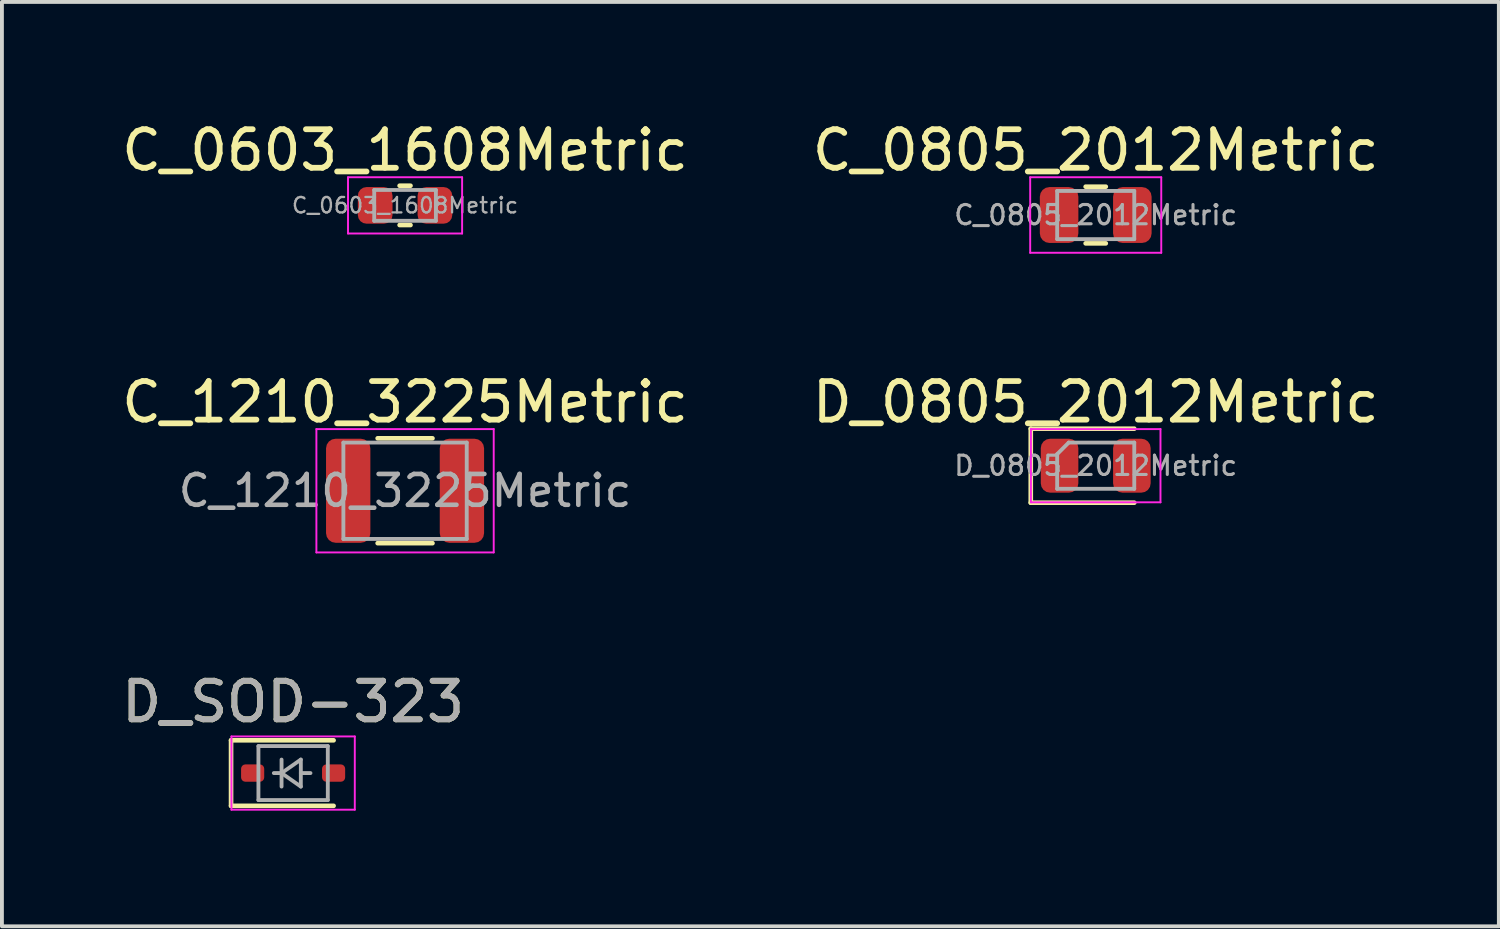
<source format=kicad_pcb>
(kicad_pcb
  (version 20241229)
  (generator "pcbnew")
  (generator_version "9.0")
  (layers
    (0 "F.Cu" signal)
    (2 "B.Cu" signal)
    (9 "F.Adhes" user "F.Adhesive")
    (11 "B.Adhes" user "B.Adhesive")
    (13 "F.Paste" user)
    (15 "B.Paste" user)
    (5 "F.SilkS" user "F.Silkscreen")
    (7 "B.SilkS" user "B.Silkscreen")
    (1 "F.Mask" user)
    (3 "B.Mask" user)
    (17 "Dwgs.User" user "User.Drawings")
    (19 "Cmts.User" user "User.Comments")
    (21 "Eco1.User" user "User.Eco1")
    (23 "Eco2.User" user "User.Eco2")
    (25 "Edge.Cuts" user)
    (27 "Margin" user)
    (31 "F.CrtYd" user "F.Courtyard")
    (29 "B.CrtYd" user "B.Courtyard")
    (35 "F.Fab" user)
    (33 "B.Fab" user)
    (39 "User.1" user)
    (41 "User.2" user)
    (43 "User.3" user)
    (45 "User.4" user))
  (footprint "D_0805_2012Metric"
    (layer "F.Cu")
    (at 25.375 9.031)
    (property "Reference" "D_0805_2012Metric" (at 0 -1.65 0) (layer "F.SilkS") (effects (font (size 1 1) (thickness 0.15))))
    (attr smd)
    (fp_line (start -1.685 -0.96) (end -1.685 0.96) (stroke (width 0.12) (type solid)) (layer "F.SilkS"))
    (fp_line (start -1.685 0.96) (end 1 0.96) (stroke (width 0.12) (type solid)) (layer "F.SilkS"))
    (fp_line (start 1 -0.96) (end -1.685 -0.96) (stroke (width 0.12) (type solid)) (layer "F.SilkS"))
    (fp_line (start -1.68 -0.95) (end 1.68 -0.95) (stroke (width 0.05) (type solid)) (layer "F.CrtYd"))
    (fp_line (start -1.68 0.95) (end -1.68 -0.95) (stroke (width 0.05) (type solid)) (layer "F.CrtYd"))
    (fp_line (start 1.68 -0.95) (end 1.68 0.95) (stroke (width 0.05) (type solid)) (layer "F.CrtYd"))
    (fp_line (start 1.68 0.95) (end -1.68 0.95) (stroke (width 0.05) (type solid)) (layer "F.CrtYd"))
    (fp_line (start -1 -0.3) (end -1 0.6) (stroke (width 0.1) (type solid)) (layer "F.Fab"))
    (fp_line (start -1 0.6) (end 1 0.6) (stroke (width 0.1) (type solid)) (layer "F.Fab"))
    (fp_line (start -0.7 -0.6) (end -1 -0.3) (stroke (width 0.1) (type solid)) (layer "F.Fab"))
    (fp_line (start 1 -0.6) (end -0.7 -0.6) (stroke (width 0.1) (type solid)) (layer "F.Fab"))
    (fp_line (start 1 0.6) (end 1 -0.6) (stroke (width 0.1) (type solid)) (layer "F.Fab"))
    (fp_text user "${REFERENCE}" (at 0 0 0) (layer "F.Fab") (effects (font (size 0.5 0.5) (thickness 0.08))))
    (pad "1" smd roundrect (at -0.938 0) (size 0.975 1.4) (layers "F.Cu" "F.Mask" "F.Paste") (roundrect_rratio 0.25))
    (pad "2" smd roundrect (at 0.938 0) (size 0.975 1.4) (layers "F.Cu" "F.Mask" "F.Paste") (roundrect_rratio 0.25)))
  (footprint "C_0603_1608Metric"
    (layer "F.Cu")
    (at 7.458 2.278)
    (property "Reference" "C_0603_1608Metric" (at 0 -1.43 0) (layer "F.SilkS") (effects (font (size 1 1) (thickness 0.15))))
    (attr smd)
    (fp_line (start -0.141 -0.51) (end 0.141 -0.51) (stroke (width 0.12) (type solid)) (layer "F.SilkS"))
    (fp_line (start -0.141 0.51) (end 0.141 0.51) (stroke (width 0.12) (type solid)) (layer "F.SilkS"))
    (fp_line (start -1.48 -0.73) (end 1.48 -0.73) (stroke (width 0.05) (type solid)) (layer "F.CrtYd"))
    (fp_line (start -1.48 0.73) (end -1.48 -0.73) (stroke (width 0.05) (type solid)) (layer "F.CrtYd"))
    (fp_line (start 1.48 -0.73) (end 1.48 0.73) (stroke (width 0.05) (type solid)) (layer "F.CrtYd"))
    (fp_line (start 1.48 0.73) (end -1.48 0.73) (stroke (width 0.05) (type solid)) (layer "F.CrtYd"))
    (fp_line (start -0.8 -0.4) (end 0.8 -0.4) (stroke (width 0.1) (type solid)) (layer "F.Fab"))
    (fp_line (start -0.8 0.4) (end -0.8 -0.4) (stroke (width 0.1) (type solid)) (layer "F.Fab"))
    (fp_line (start 0.8 -0.4) (end 0.8 0.4) (stroke (width 0.1) (type solid)) (layer "F.Fab"))
    (fp_line (start 0.8 0.4) (end -0.8 0.4) (stroke (width 0.1) (type solid)) (layer "F.Fab"))
    (fp_text user "${REFERENCE}" (at 0 0 0) (layer "F.Fab") (effects (font (size 0.4 0.4) (thickness 0.06))))
    (pad "1" smd roundrect (at -0.775 0) (size 0.9 0.95) (layers "F.Cu" "F.Mask" "F.Paste") (roundrect_rratio 0.25))
    (pad "2" smd roundrect (at 0.775 0) (size 0.9 0.95) (layers "F.Cu" "F.Mask" "F.Paste") (roundrect_rratio 0.25)))
  (footprint "C_1210_3225Metric"
    (layer "F.Cu")
    (at 7.458 9.681)
    (property "Reference" "C_1210_3225Metric" (at 0 -2.3 0) (layer "F.SilkS") (effects (font (size 1 1) (thickness 0.15))))
    (attr smd)
    (fp_line (start -0.711 -1.36) (end 0.711 -1.36) (stroke (width 0.12) (type solid)) (layer "F.SilkS"))
    (fp_line (start -0.711 1.36) (end 0.711 1.36) (stroke (width 0.12) (type solid)) (layer "F.SilkS"))
    (fp_line (start -2.3 -1.6) (end 2.3 -1.6) (stroke (width 0.05) (type solid)) (layer "F.CrtYd"))
    (fp_line (start -2.3 1.6) (end -2.3 -1.6) (stroke (width 0.05) (type solid)) (layer "F.CrtYd"))
    (fp_line (start 2.3 -1.6) (end 2.3 1.6) (stroke (width 0.05) (type solid)) (layer "F.CrtYd"))
    (fp_line (start 2.3 1.6) (end -2.3 1.6) (stroke (width 0.05) (type solid)) (layer "F.CrtYd"))
    (fp_line (start -1.6 -1.25) (end 1.6 -1.25) (stroke (width 0.1) (type solid)) (layer "F.Fab"))
    (fp_line (start -1.6 1.25) (end -1.6 -1.25) (stroke (width 0.1) (type solid)) (layer "F.Fab"))
    (fp_line (start 1.6 -1.25) (end 1.6 1.25) (stroke (width 0.1) (type solid)) (layer "F.Fab"))
    (fp_line (start 1.6 1.25) (end -1.6 1.25) (stroke (width 0.1) (type solid)) (layer "F.Fab"))
    (fp_text user "${REFERENCE}" (at 0 0 0) (layer "F.Fab") (effects (font (size 0.8 0.8) (thickness 0.12))))
    (pad "1" smd roundrect (at -1.475 0) (size 1.15 2.7) (layers "F.Cu" "F.Mask" "F.Paste") (roundrect_rratio 0.217))
    (pad "2" smd roundrect (at 1.475 0) (size 1.15 2.7) (layers "F.Cu" "F.Mask" "F.Paste") (roundrect_rratio 0.217)))
  (footprint "C_0805_2012Metric"
    (layer "F.Cu")
    (at 25.375 2.528)
    (property "Reference" "C_0805_2012Metric" (at 0 -1.68 0) (layer "F.SilkS") (effects (font (size 1 1) (thickness 0.15))))
    (attr smd)
    (fp_line (start -0.261 -0.735) (end 0.261 -0.735) (stroke (width 0.12) (type solid)) (layer "F.SilkS"))
    (fp_line (start -0.261 0.735) (end 0.261 0.735) (stroke (width 0.12) (type solid)) (layer "F.SilkS"))
    (fp_line (start -1.7 -0.98) (end 1.7 -0.98) (stroke (width 0.05) (type solid)) (layer "F.CrtYd"))
    (fp_line (start -1.7 0.98) (end -1.7 -0.98) (stroke (width 0.05) (type solid)) (layer "F.CrtYd"))
    (fp_line (start 1.7 -0.98) (end 1.7 0.98) (stroke (width 0.05) (type solid)) (layer "F.CrtYd"))
    (fp_line (start 1.7 0.98) (end -1.7 0.98) (stroke (width 0.05) (type solid)) (layer "F.CrtYd"))
    (fp_line (start -1 -0.625) (end 1 -0.625) (stroke (width 0.1) (type solid)) (layer "F.Fab"))
    (fp_line (start -1 0.625) (end -1 -0.625) (stroke (width 0.1) (type solid)) (layer "F.Fab"))
    (fp_line (start 1 -0.625) (end 1 0.625) (stroke (width 0.1) (type solid)) (layer "F.Fab"))
    (fp_line (start 1 0.625) (end -1 0.625) (stroke (width 0.1) (type solid)) (layer "F.Fab"))
    (fp_text user "${REFERENCE}" (at 0 0 0) (layer "F.Fab") (effects (font (size 0.5 0.5) (thickness 0.08))))
    (pad "1" smd roundrect (at -0.95 0) (size 1 1.45) (layers "F.Cu" "F.Mask" "F.Paste") (roundrect_rratio 0.25))
    (pad "2" smd roundrect (at 0.95 0) (size 1 1.45) (layers "F.Cu" "F.Mask" "F.Paste") (roundrect_rratio 0.25)))
  (footprint "D_SOD-323"
    (layer "F.Cu")
    (at 4.554 17.005)
    (property "Reference" "D_SOD-323" (at 0 -1.85 0) (layer "F.SilkS") (effects (font (size 1 1) (thickness 0.15))))
    (attr smd)
    (fp_line (start -1.61 -0.85) (end -1.61 0.85) (stroke (width 0.12) (type solid)) (layer "F.SilkS"))
    (fp_line (start -1.61 -0.85) (end 1.05 -0.85) (stroke (width 0.12) (type solid)) (layer "F.SilkS"))
    (fp_line (start -1.61 0.85) (end 1.05 0.85) (stroke (width 0.12) (type solid)) (layer "F.SilkS"))
    (fp_line (start -1.6 -0.95) (end -1.6 0.95) (stroke (width 0.05) (type solid)) (layer "F.CrtYd"))
    (fp_line (start -1.6 -0.95) (end 1.6 -0.95) (stroke (width 0.05) (type solid)) (layer "F.CrtYd"))
    (fp_line (start -1.6 0.95) (end 1.6 0.95) (stroke (width 0.05) (type solid)) (layer "F.CrtYd"))
    (fp_line (start 1.6 -0.95) (end 1.6 0.95) (stroke (width 0.05) (type solid)) (layer "F.CrtYd"))
    (fp_line (start -0.9 -0.7) (end 0.9 -0.7) (stroke (width 0.1) (type solid)) (layer "F.Fab"))
    (fp_line (start -0.9 0.7) (end -0.9 -0.7) (stroke (width 0.1) (type solid)) (layer "F.Fab"))
    (fp_line (start -0.3 -0.35) (end -0.3 0.35) (stroke (width 0.1) (type solid)) (layer "F.Fab"))
    (fp_line (start -0.3 0) (end -0.5 0) (stroke (width 0.1) (type solid)) (layer "F.Fab"))
    (fp_line (start -0.3 0) (end 0.2 -0.35) (stroke (width 0.1) (type solid)) (layer "F.Fab"))
    (fp_line (start 0.2 -0.35) (end 0.2 0.35) (stroke (width 0.1) (type solid)) (layer "F.Fab"))
    (fp_line (start 0.2 0) (end 0.45 0) (stroke (width 0.1) (type solid)) (layer "F.Fab"))
    (fp_line (start 0.2 0.35) (end -0.3 0) (stroke (width 0.1) (type solid)) (layer "F.Fab"))
    (fp_line (start 0.9 -0.7) (end 0.9 0.7) (stroke (width 0.1) (type solid)) (layer "F.Fab"))
    (fp_line (start 0.9 0.7) (end -0.9 0.7) (stroke (width 0.1) (type solid)) (layer "F.Fab"))
    (fp_text user "${REFERENCE}" (at 0 -1.85 0) (layer "F.Fab") (effects (font (size 1 1) (thickness 0.15))))
    (pad "1" smd roundrect (at -1.05 0) (size 0.6 0.45) (layers "F.Cu" "F.Mask" "F.Paste") (roundrect_rratio 0.25))
    (pad "2" smd roundrect (at 1.05 0) (size 0.6 0.45) (layers "F.Cu" "F.Mask" "F.Paste") (roundrect_rratio 0.25)))
  (gr_rect
    (start -3 -3)
    (end 35.833 20.98)
    (stroke (width 0.1) (type default))
    (fill no)
    (layer "Edge.Cuts")))
</source>
